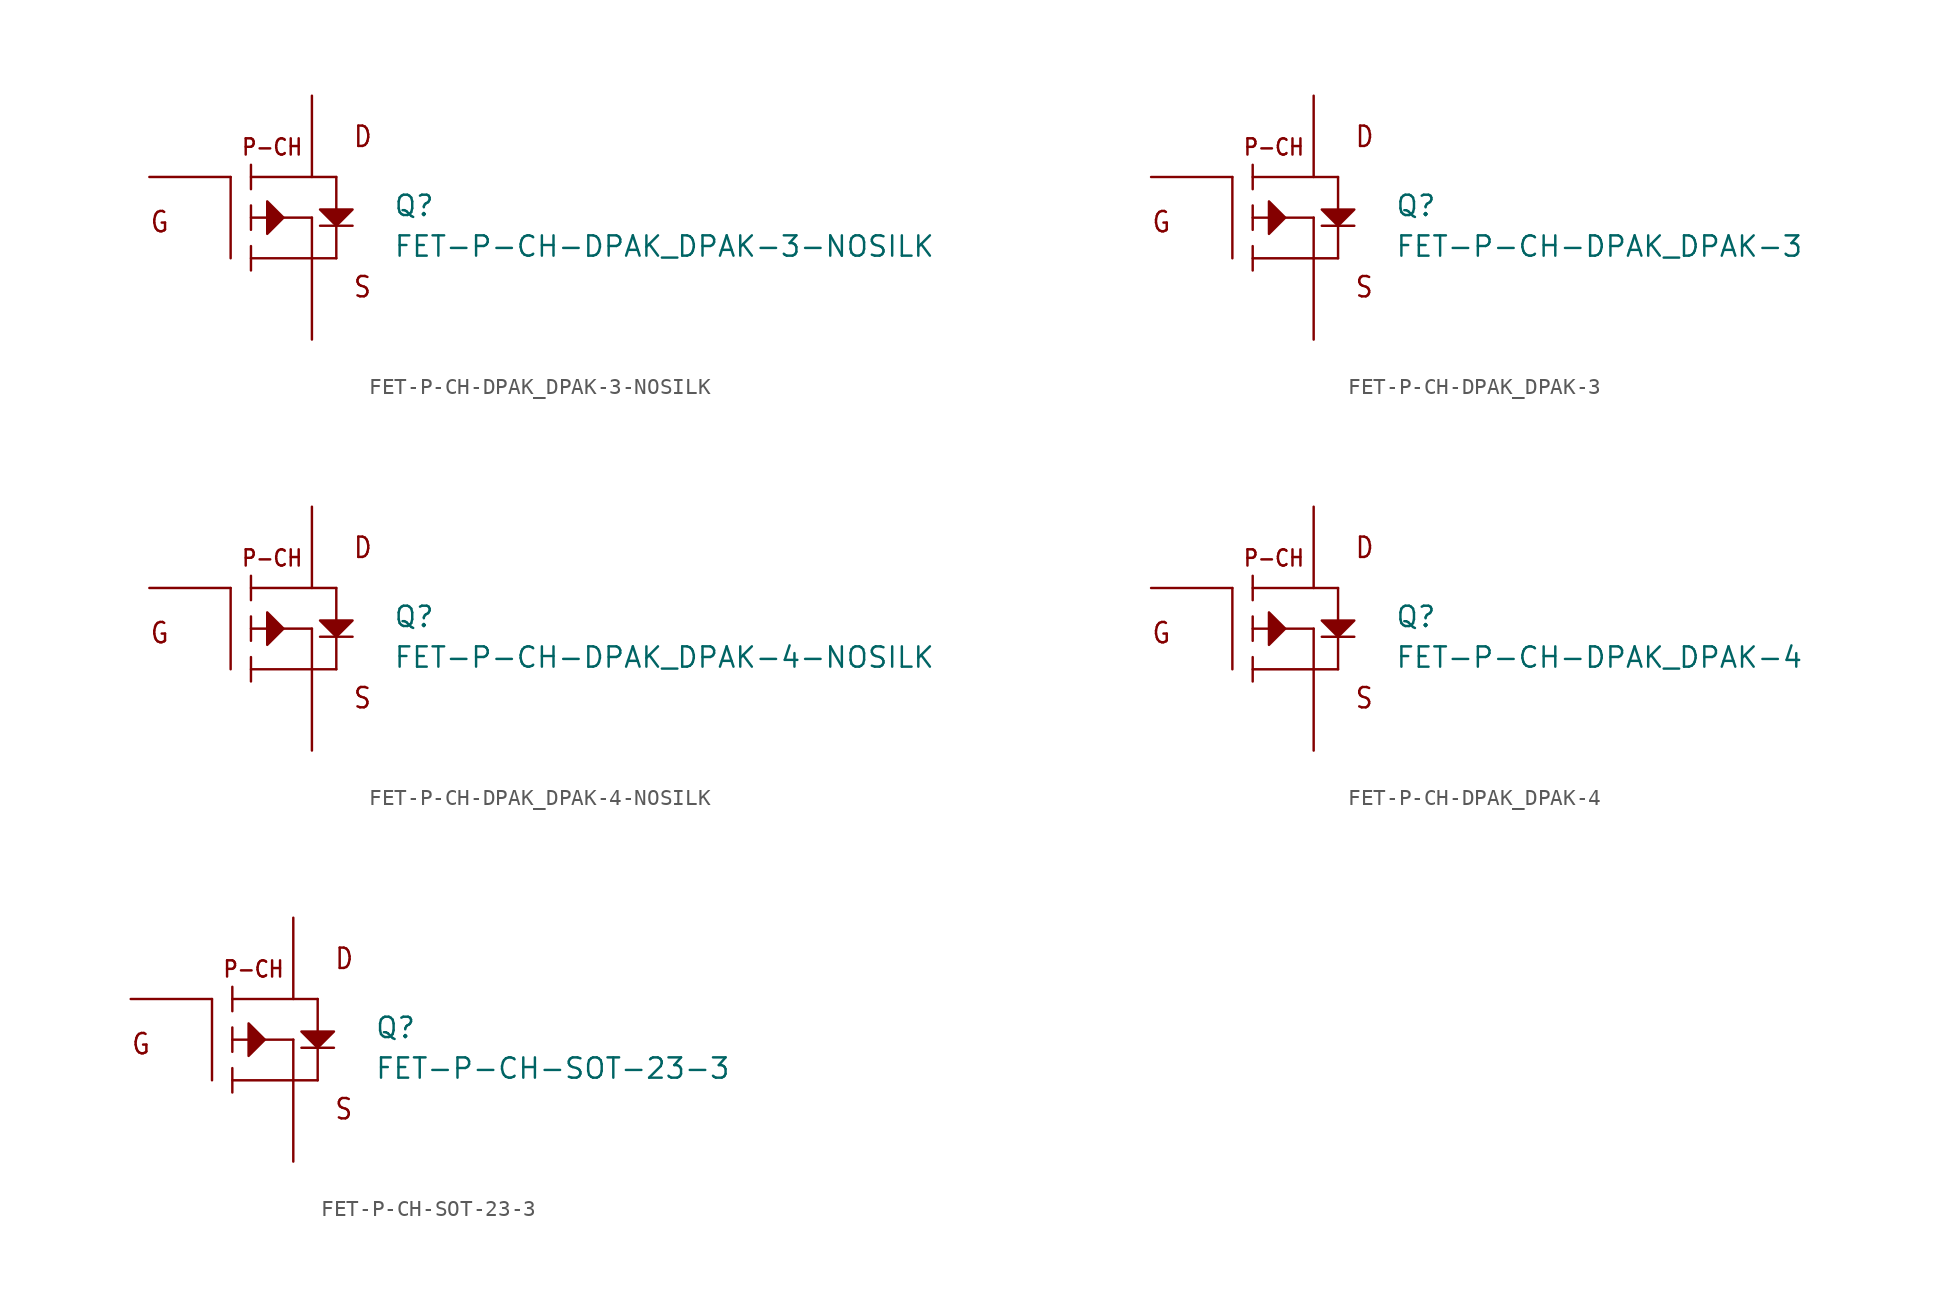
<source format=kicad_sym>
(kicad_symbol_lib
  (version 20211014)
  (generator kicad_symbol_editor)
  (symbol "FET-P-CH-DPAK_DPAK-3-NOSILK"
    (pin_numbers hide)
    (pin_names hide)
    (property "Reference" "Q"
      (at 7.62 0 0)
      (effects (font (size 1.27 1.27)) (justify left bottom)))
    (property "Value" "FET-P-CH-DPAK_DPAK-3-NOSILK"
      (at 7.62 -2.54 0)
      (effects (font (size 1.27 1.27)) (justify left bottom)))
    (property "Datasheet" ""
      (at 0 0 0))
    (property "ki_fp_filters" "FlashPCB_Transistors:DPAK_TO-252-3_NOSILK"
      (at 0 0 0))
    (symbol "FET-P-CH-DPAK_DPAK-3-NOSILK_1_1"
      (text "G" (at -7.62 -1.016 0) (effects (font (size 1.27 1.086)) (justify left bottom)))
      (text "D" (at 5.08 4.318 0) (effects (font (size 1.27 1.086)) (justify left bottom)))
      (text "S" (at 5.08 -5.08 0) (effects (font (size 1.27 1.086)) (justify left bottom)))
      (text "P-CH" (at -1.905 3.81 0) (effects (font (size 1.016 0.869)) (justify left bottom)))
      (polyline (pts (xy 0.762 0) (xy -0.254 1.016) (xy -0.254 -1.016) (xy 0.762 0)) (stroke (width 0.152) (type default)) (fill (type outline)))
      (polyline (pts (xy 3.048 0.508) (xy 5.08 0.508) (xy 4.064 -0.508) (xy 3.048 0.508)) (stroke (width 0.152) (type default)) (fill (type outline)))
      (polyline (pts (xy -2.54 -2.54) (xy -2.54 2.54)) (stroke (width 0.152)) (fill (type none)))
      (polyline (pts (xy 4.064 -2.54) (xy 2.54 -2.54)) (stroke (width 0.152)) (fill (type none)))
      (polyline (pts (xy 2.54 -2.54) (xy -1.27 -2.54)) (stroke (width 0.152)) (fill (type none)))
      (polyline (pts (xy 2.54 0) (xy -1.27 0)) (stroke (width 0.152)) (fill (type none)))
      (polyline (pts (xy 4.064 2.54) (xy -1.27 2.54)) (stroke (width 0.152)) (fill (type none)))
      (polyline (pts (xy -1.27 3.302) (xy -1.27 1.778)) (stroke (width 0.152)) (fill (type none)))
      (polyline (pts (xy -1.27 0.762) (xy -1.27 -0.762)) (stroke (width 0.152)) (fill (type none)))
      (polyline (pts (xy -1.27 -1.778) (xy -1.27 -3.302)) (stroke (width 0.152)) (fill (type none)))
      (polyline (pts (xy 4.064 -2.54) (xy 4.064 2.54)) (stroke (width 0.152)) (fill (type none)))
      (polyline (pts (xy 3.048 -0.508) (xy 5.08 -0.508)) (stroke (width 0.152)) (fill (type none)))
      (polyline (pts (xy 2.54 0) (xy 2.54 -2.54)) (stroke (width 0.152)) (fill (type none)))
      (circle private (center 0 0) (radius 5.68) (stroke (width 0.152) (type default)) (fill (type none)))
      (pin bidirectional line (at -7.62 2.54 0) (length 5.08) (name "GATE" (effects (font (size 0 0)))) (number "1" (effects (font (size 0 0)))))
      (pin bidirectional line (at 2.54 -7.62 90) (length 5.08) (name "SOURCE" (effects (font (size 0 0)))) (number "3" (effects (font (size 0 0)))))
      (pin bidirectional line (at 2.54 7.62 270) (length 5.08) (name "DRAIN" (effects (font (size 0 0)))) (number "4" (effects (font (size 0 0)))))))
  (symbol "FET-P-CH-DPAK_DPAK-3"
    (pin_numbers hide)
    (pin_names hide)
    (property "Reference" "Q"
      (at 7.62 0 0)
      (effects (font (size 1.27 1.27)) (justify left bottom)))
    (property "Value" "FET-P-CH-DPAK_DPAK-3"
      (at 7.62 -2.54 0)
      (effects (font (size 1.27 1.27)) (justify left bottom)))
    (property "Datasheet" ""
      (at 0 0 0))
    (property "ki_fp_filters" "FlashPCB_Transistors:DPAK_TO-252-3"
      (at 0 0 0))
    (symbol "FET-P-CH-DPAK_DPAK-3_1_1"
      (text "G" (at -7.62 -1.016 0) (effects (font (size 1.27 1.086)) (justify left bottom)))
      (text "D" (at 5.08 4.318 0) (effects (font (size 1.27 1.086)) (justify left bottom)))
      (text "S" (at 5.08 -5.08 0) (effects (font (size 1.27 1.086)) (justify left bottom)))
      (text "P-CH" (at -1.905 3.81 0) (effects (font (size 1.016 0.869)) (justify left bottom)))
      (polyline (pts (xy 0.762 0) (xy -0.254 1.016) (xy -0.254 -1.016) (xy 0.762 0)) (stroke (width 0.152) (type default)) (fill (type outline)))
      (polyline (pts (xy 3.048 0.508) (xy 5.08 0.508) (xy 4.064 -0.508) (xy 3.048 0.508)) (stroke (width 0.152) (type default)) (fill (type outline)))
      (polyline (pts (xy -2.54 -2.54) (xy -2.54 2.54)) (stroke (width 0.152)) (fill (type none)))
      (polyline (pts (xy 4.064 -2.54) (xy 2.54 -2.54)) (stroke (width 0.152)) (fill (type none)))
      (polyline (pts (xy 2.54 -2.54) (xy -1.27 -2.54)) (stroke (width 0.152)) (fill (type none)))
      (polyline (pts (xy 2.54 0) (xy -1.27 0)) (stroke (width 0.152)) (fill (type none)))
      (polyline (pts (xy 4.064 2.54) (xy -1.27 2.54)) (stroke (width 0.152)) (fill (type none)))
      (polyline (pts (xy -1.27 3.302) (xy -1.27 1.778)) (stroke (width 0.152)) (fill (type none)))
      (polyline (pts (xy -1.27 0.762) (xy -1.27 -0.762)) (stroke (width 0.152)) (fill (type none)))
      (polyline (pts (xy -1.27 -1.778) (xy -1.27 -3.302)) (stroke (width 0.152)) (fill (type none)))
      (polyline (pts (xy 4.064 -2.54) (xy 4.064 2.54)) (stroke (width 0.152)) (fill (type none)))
      (polyline (pts (xy 3.048 -0.508) (xy 5.08 -0.508)) (stroke (width 0.152)) (fill (type none)))
      (polyline (pts (xy 2.54 0) (xy 2.54 -2.54)) (stroke (width 0.152)) (fill (type none)))
      (circle private (center 0 0) (radius 5.68) (stroke (width 0.152) (type default)) (fill (type none)))
      (pin bidirectional line (at -7.62 2.54 0) (length 5.08) (name "GATE" (effects (font (size 0 0)))) (number "1" (effects (font (size 0 0)))))
      (pin bidirectional line (at 2.54 -7.62 90) (length 5.08) (name "SOURCE" (effects (font (size 0 0)))) (number "3" (effects (font (size 0 0)))))
      (pin bidirectional line (at 2.54 7.62 270) (length 5.08) (name "DRAIN" (effects (font (size 0 0)))) (number "4" (effects (font (size 0 0)))))))
  (symbol "FET-P-CH-DPAK_DPAK-4-NOSILK"
    (pin_numbers hide)
    (pin_names hide)
    (property "Reference" "Q"
      (at 7.62 0 0)
      (effects (font (size 1.27 1.27)) (justify left bottom)))
    (property "Value" "FET-P-CH-DPAK_DPAK-4-NOSILK"
      (at 7.62 -2.54 0)
      (effects (font (size 1.27 1.27)) (justify left bottom)))
    (property "Datasheet" ""
      (at 0 0 0))
    (property "ki_fp_filters" "FlashPCB_Transistors:DPAK_TO-252-4_NOSILK"
      (at 0 0 0))
    (symbol "FET-P-CH-DPAK_DPAK-4-NOSILK_1_1"
      (text "G" (at -7.62 -1.016 0) (effects (font (size 1.27 1.086)) (justify left bottom)))
      (text "D" (at 5.08 4.318 0) (effects (font (size 1.27 1.086)) (justify left bottom)))
      (text "S" (at 5.08 -5.08 0) (effects (font (size 1.27 1.086)) (justify left bottom)))
      (text "P-CH" (at -1.905 3.81 0) (effects (font (size 1.016 0.869)) (justify left bottom)))
      (polyline (pts (xy 0.762 0) (xy -0.254 1.016) (xy -0.254 -1.016) (xy 0.762 0)) (stroke (width 0.152) (type default)) (fill (type outline)))
      (polyline (pts (xy 3.048 0.508) (xy 5.08 0.508) (xy 4.064 -0.508) (xy 3.048 0.508)) (stroke (width 0.152) (type default)) (fill (type outline)))
      (polyline (pts (xy -2.54 -2.54) (xy -2.54 2.54)) (stroke (width 0.152)) (fill (type none)))
      (polyline (pts (xy 4.064 -2.54) (xy 2.54 -2.54)) (stroke (width 0.152)) (fill (type none)))
      (polyline (pts (xy 2.54 -2.54) (xy -1.27 -2.54)) (stroke (width 0.152)) (fill (type none)))
      (polyline (pts (xy 2.54 0) (xy -1.27 0)) (stroke (width 0.152)) (fill (type none)))
      (polyline (pts (xy 4.064 2.54) (xy -1.27 2.54)) (stroke (width 0.152)) (fill (type none)))
      (polyline (pts (xy -1.27 3.302) (xy -1.27 1.778)) (stroke (width 0.152)) (fill (type none)))
      (polyline (pts (xy -1.27 0.762) (xy -1.27 -0.762)) (stroke (width 0.152)) (fill (type none)))
      (polyline (pts (xy -1.27 -1.778) (xy -1.27 -3.302)) (stroke (width 0.152)) (fill (type none)))
      (polyline (pts (xy 4.064 -2.54) (xy 4.064 2.54)) (stroke (width 0.152)) (fill (type none)))
      (polyline (pts (xy 3.048 -0.508) (xy 5.08 -0.508)) (stroke (width 0.152)) (fill (type none)))
      (polyline (pts (xy 2.54 0) (xy 2.54 -2.54)) (stroke (width 0.152)) (fill (type none)))
      (circle private (center 0 0) (radius 5.68) (stroke (width 0.152) (type default)) (fill (type none)))
      (pin bidirectional line (at -7.62 2.54 0) (length 5.08) (name "GATE" (effects (font (size 0 0)))) (number "1" (effects (font (size 0 0)))))
      (pin bidirectional line (at 2.54 -7.62 90) (length 5.08) (name "SOURCE" (effects (font (size 0 0)))) (number "3" (effects (font (size 0 0)))))
      (pin bidirectional line (at 2.54 7.62 270) (length 5.08) (name "DRAIN" (effects (font (size 0 0)))) (number "2" (effects (font (size 0 0)))))
      (pin bidirectional line (at 2.54 7.62 270) (length 5.08) hide (name "DRAIN" (effects (font (size 0 0)))) (number "4" (effects (font (size 0 0)))))))
  (symbol "FET-P-CH-DPAK_DPAK-4"
    (pin_numbers hide)
    (pin_names hide)
    (property "Reference" "Q"
      (at 7.62 0 0)
      (effects (font (size 1.27 1.27)) (justify left bottom)))
    (property "Value" "FET-P-CH-DPAK_DPAK-4"
      (at 7.62 -2.54 0)
      (effects (font (size 1.27 1.27)) (justify left bottom)))
    (property "Datasheet" ""
      (at 0 0 0))
    (property "ki_fp_filters" "FlashPCB_Transistors:DPAK_TO-252-4"
      (at 0 0 0))
    (symbol "FET-P-CH-DPAK_DPAK-4_1_1"
      (text "G" (at -7.62 -1.016 0) (effects (font (size 1.27 1.086)) (justify left bottom)))
      (text "D" (at 5.08 4.318 0) (effects (font (size 1.27 1.086)) (justify left bottom)))
      (text "S" (at 5.08 -5.08 0) (effects (font (size 1.27 1.086)) (justify left bottom)))
      (text "P-CH" (at -1.905 3.81 0) (effects (font (size 1.016 0.869)) (justify left bottom)))
      (polyline (pts (xy 0.762 0) (xy -0.254 1.016) (xy -0.254 -1.016) (xy 0.762 0)) (stroke (width 0.152) (type default)) (fill (type outline)))
      (polyline (pts (xy 3.048 0.508) (xy 5.08 0.508) (xy 4.064 -0.508) (xy 3.048 0.508)) (stroke (width 0.152) (type default)) (fill (type outline)))
      (polyline (pts (xy -2.54 -2.54) (xy -2.54 2.54)) (stroke (width 0.152)) (fill (type none)))
      (polyline (pts (xy 4.064 -2.54) (xy 2.54 -2.54)) (stroke (width 0.152)) (fill (type none)))
      (polyline (pts (xy 2.54 -2.54) (xy -1.27 -2.54)) (stroke (width 0.152)) (fill (type none)))
      (polyline (pts (xy 2.54 0) (xy -1.27 0)) (stroke (width 0.152)) (fill (type none)))
      (polyline (pts (xy 4.064 2.54) (xy -1.27 2.54)) (stroke (width 0.152)) (fill (type none)))
      (polyline (pts (xy -1.27 3.302) (xy -1.27 1.778)) (stroke (width 0.152)) (fill (type none)))
      (polyline (pts (xy -1.27 0.762) (xy -1.27 -0.762)) (stroke (width 0.152)) (fill (type none)))
      (polyline (pts (xy -1.27 -1.778) (xy -1.27 -3.302)) (stroke (width 0.152)) (fill (type none)))
      (polyline (pts (xy 4.064 -2.54) (xy 4.064 2.54)) (stroke (width 0.152)) (fill (type none)))
      (polyline (pts (xy 3.048 -0.508) (xy 5.08 -0.508)) (stroke (width 0.152)) (fill (type none)))
      (polyline (pts (xy 2.54 0) (xy 2.54 -2.54)) (stroke (width 0.152)) (fill (type none)))
      (circle private (center 0 0) (radius 5.68) (stroke (width 0.152) (type default)) (fill (type none)))
      (pin bidirectional line (at -7.62 2.54 0) (length 5.08) (name "GATE" (effects (font (size 0 0)))) (number "1" (effects (font (size 0 0)))))
      (pin bidirectional line (at 2.54 -7.62 90) (length 5.08) (name "SOURCE" (effects (font (size 0 0)))) (number "3" (effects (font (size 0 0)))))
      (pin bidirectional line (at 2.54 7.62 270) (length 5.08) (name "DRAIN" (effects (font (size 0 0)))) (number "2" (effects (font (size 0 0)))))
      (pin bidirectional line (at 2.54 7.62 270) (length 5.08) hide (name "DRAIN" (effects (font (size 0 0)))) (number "4" (effects (font (size 0 0)))))))
  (symbol "FET-P-CH-SOT-23-3"
    (pin_numbers hide)
    (pin_names hide)
    (property "Reference" "Q"
      (at 7.62 0 0)
      (effects (font (size 1.27 1.27)) (justify left bottom)))
    (property "Value" "FET-P-CH-SOT-23-3"
      (at 7.62 -2.54 0)
      (effects (font (size 1.27 1.27)) (justify left bottom)))
    (property "Datasheet" ""
      (at 0 0 0))
    (property "ki_fp_filters" "FlashPCB_Transistors:SOT-23-3 FlashPCB_Transistors:SOT-23-3_NOSILK"
      (at 0 0 0))
    (symbol "FET-P-CH-SOT-23-3_1_1"
      (text "G" (at -7.62 -1.016 0) (effects (font (size 1.27 1.086)) (justify left bottom)))
      (text "D" (at 5.08 4.318 0) (effects (font (size 1.27 1.086)) (justify left bottom)))
      (text "S" (at 5.08 -5.08 0) (effects (font (size 1.27 1.086)) (justify left bottom)))
      (text "P-CH" (at -1.905 3.81 0) (effects (font (size 1.016 0.869)) (justify left bottom)))
      (polyline (pts (xy 0.762 0) (xy -0.254 1.016) (xy -0.254 -1.016) (xy 0.762 0)) (stroke (width 0.152) (type default)) (fill (type outline)))
      (polyline (pts (xy 3.048 0.508) (xy 5.08 0.508) (xy 4.064 -0.508) (xy 3.048 0.508)) (stroke (width 0.152) (type default)) (fill (type outline)))
      (polyline (pts (xy -2.54 -2.54) (xy -2.54 2.54)) (stroke (width 0.152)) (fill (type none)))
      (polyline (pts (xy 4.064 -2.54) (xy 2.54 -2.54)) (stroke (width 0.152)) (fill (type none)))
      (polyline (pts (xy 2.54 -2.54) (xy -1.27 -2.54)) (stroke (width 0.152)) (fill (type none)))
      (polyline (pts (xy 2.54 0) (xy -1.27 0)) (stroke (width 0.152)) (fill (type none)))
      (polyline (pts (xy 4.064 2.54) (xy -1.27 2.54)) (stroke (width 0.152)) (fill (type none)))
      (polyline (pts (xy -1.27 3.302) (xy -1.27 1.778)) (stroke (width 0.152)) (fill (type none)))
      (polyline (pts (xy -1.27 0.762) (xy -1.27 -0.762)) (stroke (width 0.152)) (fill (type none)))
      (polyline (pts (xy -1.27 -1.778) (xy -1.27 -3.302)) (stroke (width 0.152)) (fill (type none)))
      (polyline (pts (xy 4.064 -2.54) (xy 4.064 2.54)) (stroke (width 0.152)) (fill (type none)))
      (polyline (pts (xy 3.048 -0.508) (xy 5.08 -0.508)) (stroke (width 0.152)) (fill (type none)))
      (polyline (pts (xy 2.54 0) (xy 2.54 -2.54)) (stroke (width 0.152)) (fill (type none)))
      (circle private (center 0 0) (radius 5.68) (stroke (width 0.152) (type default)) (fill (type none)))
      (pin bidirectional line (at -7.62 2.54 0) (length 5.08) (name "GATE" (effects (font (size 0 0)))) (number "1" (effects (font (size 0 0)))))
      (pin bidirectional line (at 2.54 -7.62 90) (length 5.08) (name "SOURCE" (effects (font (size 0 0)))) (number "2" (effects (font (size 0 0)))))
      (pin bidirectional line (at 2.54 7.62 270) (length 5.08) (name "DRAIN" (effects (font (size 0 0)))) (number "3" (effects (font (size 0 0))))))))
</source>
